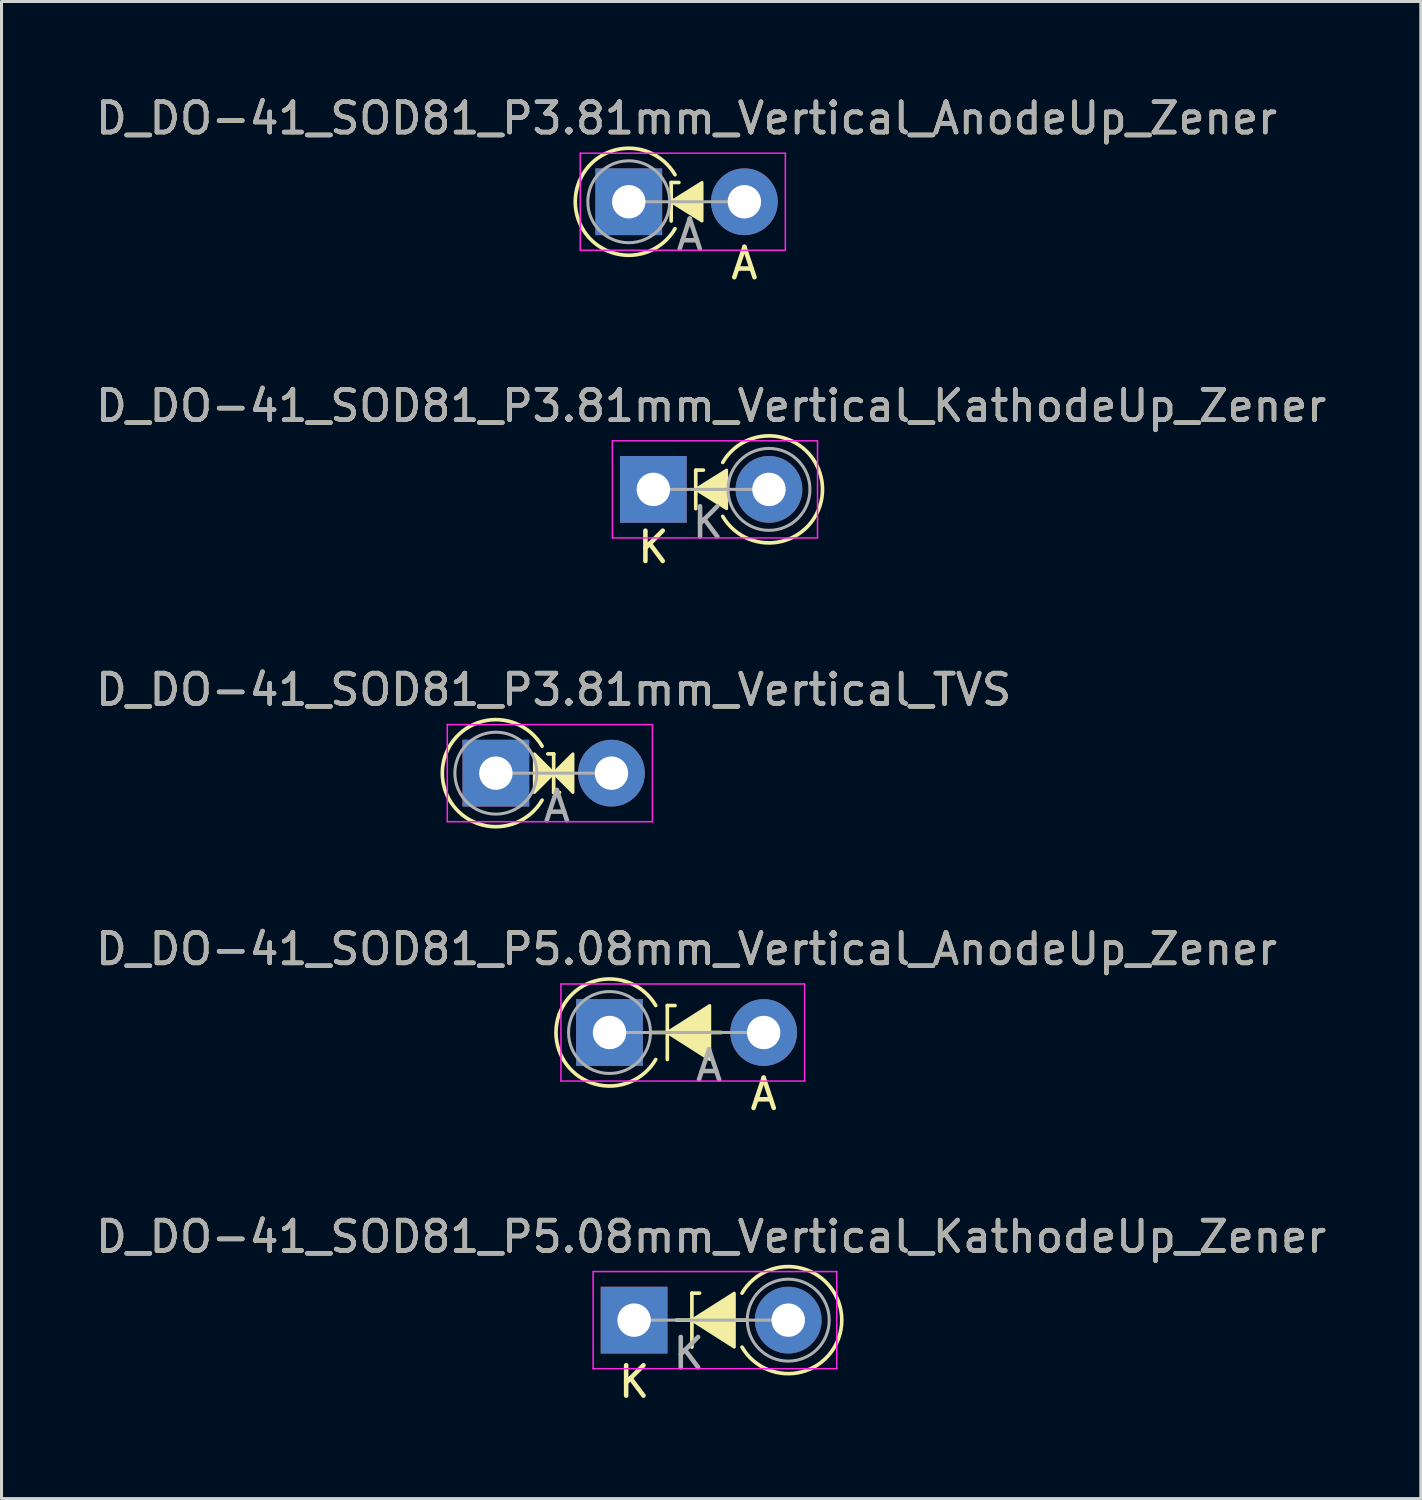
<source format=kicad_pcb>
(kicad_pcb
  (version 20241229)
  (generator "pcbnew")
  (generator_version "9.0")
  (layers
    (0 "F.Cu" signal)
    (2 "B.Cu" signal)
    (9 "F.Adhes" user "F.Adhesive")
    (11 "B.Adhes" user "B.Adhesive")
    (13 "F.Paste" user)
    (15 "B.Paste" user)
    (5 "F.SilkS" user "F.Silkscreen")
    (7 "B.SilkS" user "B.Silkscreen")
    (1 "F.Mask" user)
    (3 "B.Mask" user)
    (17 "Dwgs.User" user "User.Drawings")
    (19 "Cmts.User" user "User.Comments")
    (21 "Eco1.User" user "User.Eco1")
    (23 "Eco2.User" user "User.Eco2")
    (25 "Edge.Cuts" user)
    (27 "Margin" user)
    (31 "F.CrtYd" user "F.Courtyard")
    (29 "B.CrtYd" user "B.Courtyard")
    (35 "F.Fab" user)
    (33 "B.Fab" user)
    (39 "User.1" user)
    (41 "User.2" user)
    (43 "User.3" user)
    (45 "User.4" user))
  (footprint "D_DO-41_SOD81_P3.81mm_Vertical_AnodeUp_Zener"
    (layer "F.Cu")
    (at 17.672 3.599)
    (property "Reference" "D_DO-41_SOD81_P3.81mm_Vertical_AnodeUp_Zener" (at 1.905 -2.751 0) (layer "F.SilkS") (effects (font (size 1 1) (thickness 0.15))))
    (attr through_hole)
    (fp_line (start 1.397 -0.635) (end 1.397 0.635) (stroke (width 0.12) (type solid)) (layer "F.SilkS"))
    (fp_line (start 1.397 -0.635) (end 1.651 -0.635) (stroke (width 0.12) (type solid)) (layer "F.SilkS"))
    (fp_arc (start 1.523999 0.889) (mid -1.76434 0) (end 1.523999 -0.888999) (stroke (width 0.12) (type solid)) (layer "F.SilkS"))
    (fp_poly (pts (xy 2.413 0.635) (xy 1.397 0) (xy 2.413 -0.635)) (stroke (width 0.1) (type solid)) (fill yes) (layer "F.SilkS"))
    (fp_line (start -1.6 -1.6) (end -1.6 1.6) (stroke (width 0.05) (type solid)) (layer "F.CrtYd"))
    (fp_line (start -1.6 1.6) (end 5.16 1.6) (stroke (width 0.05) (type solid)) (layer "F.CrtYd"))
    (fp_line (start 5.16 -1.6) (end -1.6 -1.6) (stroke (width 0.05) (type solid)) (layer "F.CrtYd"))
    (fp_line (start 5.16 1.6) (end 5.16 -1.6) (stroke (width 0.05) (type solid)) (layer "F.CrtYd"))
    (fp_line (start 0 0) (end 3.81 0) (stroke (width 0.1) (type solid)) (layer "F.Fab"))
    (fp_circle (center 0 0) (end 1.35 0) (stroke (width 0.1) (type solid)) (fill no) (layer "F.Fab"))
    (fp_text user "A" (at 3.81 2.032 0) (layer "F.SilkS") (effects (font (size 1 1) (thickness 0.15))))
    (fp_text user "${REFERENCE}" (at 1.905 -2.751 0) (layer "F.Fab") (effects (font (size 1 1) (thickness 0.15))))
    (fp_text user "A" (at 2.01 1.1 0) (layer "F.Fab") (effects (font (size 1 1) (thickness 0.15))))
    (pad "1" thru_hole rect (at 0 0) (size 2.2 2.2) (drill 1.1) (layers "*.Cu" "*.Mask"))
    (pad "2" thru_hole oval (at 3.81 0) (size 2.2 2.2) (drill 1.1) (layers "*.Cu" "*.Mask")))
  (footprint "D_DO-41_SOD81_P5.08mm_Vertical_KathodeUp_Zener"
    (layer "F.Cu")
    (at 17.847 40.456)
    (property "Reference" "D_DO-41_SOD81_P5.08mm_Vertical_KathodeUp_Zener" (at 2.54 -2.751 0) (layer "F.SilkS") (effects (font (size 1 1) (thickness 0.15))))
    (attr through_hole)
    (fp_line (start 1.905 -0.889) (end 1.905 0.889) (stroke (width 0.12) (type solid)) (layer "F.SilkS"))
    (fp_line (start 1.905 -0.889) (end 2.159 -0.889) (stroke (width 0.12) (type solid)) (layer "F.SilkS"))
    (fp_line (start 3.683 0) (end 1.397 0) (stroke (width 0.12) (type solid)) (layer "F.SilkS"))
    (fp_arc (start 3.556 -0.888999) (mid 6.844339 0.000001) (end 3.556 0.889) (stroke (width 0.12) (type solid)) (layer "F.SilkS"))
    (fp_poly (pts (xy 3.302 0.889) (xy 1.905 0) (xy 3.302 -0.889)) (stroke (width 0.1) (type solid)) (fill yes) (layer "F.SilkS"))
    (fp_line (start -1.35 -1.6) (end -1.35 1.6) (stroke (width 0.05) (type solid)) (layer "F.CrtYd"))
    (fp_line (start -1.35 1.6) (end 6.68 1.6) (stroke (width 0.05) (type solid)) (layer "F.CrtYd"))
    (fp_line (start 6.68 -1.6) (end -1.35 -1.6) (stroke (width 0.05) (type solid)) (layer "F.CrtYd"))
    (fp_line (start 6.68 1.6) (end 6.68 -1.6) (stroke (width 0.05) (type solid)) (layer "F.CrtYd"))
    (fp_line (start 0 0) (end 5.08 0) (stroke (width 0.1) (type solid)) (layer "F.Fab"))
    (fp_circle (center 5.08 0) (end 6.43 0) (stroke (width 0.1) (type solid)) (fill no) (layer "F.Fab"))
    (fp_text user "K" (at 0 2.032 0) (layer "F.SilkS") (effects (font (size 1 1) (thickness 0.15))))
    (fp_text user "K" (at 1.8 1.1 0) (layer "F.Fab") (effects (font (size 1 1) (thickness 0.15))))
    (fp_text user "${REFERENCE}" (at 2.54 -2.751 0) (layer "F.Fab") (effects (font (size 1 1) (thickness 0.15))))
    (pad "1" thru_hole rect (at 0 0) (size 2.2 2.2) (drill 1.1) (layers "*.Cu" "*.Mask"))
    (pad "2" thru_hole oval (at 5.08 0) (size 2.2 2.2) (drill 1.1) (layers "*.Cu" "*.Mask")))
  (footprint "D_DO-41_SOD81_P3.81mm_Vertical_TVS"
    (layer "F.Cu")
    (at 13.291 22.43)
    (property "Reference" "D_DO-41_SOD81_P3.81mm_Vertical_TVS" (at 1.905 -2.751 0) (layer "F.SilkS") (effects (font (size 1 1) (thickness 0.15))))
    (attr through_hole)
    (fp_line (start 1.714 -0.635) (end 1.905 -0.635) (stroke (width 0.12) (type solid)) (layer "F.SilkS"))
    (fp_line (start 1.905 -0.635) (end 1.905 0.635) (stroke (width 0.12) (type solid)) (layer "F.SilkS"))
    (fp_line (start 1.905 0.635) (end 2.095 0.635) (stroke (width 0.12) (type solid)) (layer "F.SilkS"))
    (fp_arc (start 1.523999 0.889) (mid -1.76434 0) (end 1.523999 -0.888999) (stroke (width 0.12) (type solid)) (layer "F.SilkS"))
    (fp_poly (pts (xy 1.27 -0.635) (xy 1.905 0) (xy 1.27 0.635)) (stroke (width 0.1) (type solid)) (fill yes) (layer "F.SilkS"))
    (fp_poly (pts (xy 2.54 0.635) (xy 1.905 0) (xy 2.54 -0.635)) (stroke (width 0.1) (type solid)) (fill yes) (layer "F.SilkS"))
    (fp_line (start -1.6 -1.6) (end -1.6 1.6) (stroke (width 0.05) (type solid)) (layer "F.CrtYd"))
    (fp_line (start -1.6 1.6) (end 5.16 1.6) (stroke (width 0.05) (type solid)) (layer "F.CrtYd"))
    (fp_line (start 5.16 -1.6) (end -1.6 -1.6) (stroke (width 0.05) (type solid)) (layer "F.CrtYd"))
    (fp_line (start 5.16 1.6) (end 5.16 -1.6) (stroke (width 0.05) (type solid)) (layer "F.CrtYd"))
    (fp_line (start 0 0) (end 3.81 0) (stroke (width 0.1) (type solid)) (layer "F.Fab"))
    (fp_circle (center 0 0) (end 1.35 0) (stroke (width 0.1) (type solid)) (fill no) (layer "F.Fab"))
    (fp_text user "A" (at 2.01 1.1 0) (layer "F.Fab") (effects (font (size 1 1) (thickness 0.15))))
    (fp_text user "${REFERENCE}" (at 1.905 -2.751 0) (layer "F.Fab") (effects (font (size 1 1) (thickness 0.15))))
    (pad "1" thru_hole rect (at 0 0) (size 2.2 2.2) (drill 1.1) (layers "*.Cu" "*.Mask"))
    (pad "2" thru_hole oval (at 3.81 0) (size 2.2 2.2) (drill 1.1) (layers "*.Cu" "*.Mask")))
  (footprint "D_DO-41_SOD81_P3.81mm_Vertical_KathodeUp_Zener"
    (layer "F.Cu")
    (at 18.482 13.078)
    (property "Reference" "D_DO-41_SOD81_P3.81mm_Vertical_KathodeUp_Zener" (at 1.905 -2.751 0) (layer "F.SilkS") (effects (font (size 1 1) (thickness 0.15))))
    (attr through_hole)
    (fp_line (start 1.397 -0.635) (end 1.397 0.635) (stroke (width 0.12) (type solid)) (layer "F.SilkS"))
    (fp_line (start 1.397 -0.635) (end 1.651 -0.635) (stroke (width 0.12) (type solid)) (layer "F.SilkS"))
    (fp_arc (start 2.286 -0.888999) (mid 5.574339 0.000001) (end 2.286 0.889) (stroke (width 0.12) (type solid)) (layer "F.SilkS"))
    (fp_poly (pts (xy 2.413 0.635) (xy 1.397 0) (xy 2.413 -0.635)) (stroke (width 0.1) (type solid)) (fill yes) (layer "F.SilkS"))
    (fp_line (start -1.35 -1.6) (end -1.35 1.6) (stroke (width 0.05) (type solid)) (layer "F.CrtYd"))
    (fp_line (start -1.35 1.6) (end 5.41 1.6) (stroke (width 0.05) (type solid)) (layer "F.CrtYd"))
    (fp_line (start 5.41 -1.6) (end -1.35 -1.6) (stroke (width 0.05) (type solid)) (layer "F.CrtYd"))
    (fp_line (start 5.41 1.6) (end 5.41 -1.6) (stroke (width 0.05) (type solid)) (layer "F.CrtYd"))
    (fp_line (start 0 0) (end 3.81 0) (stroke (width 0.1) (type solid)) (layer "F.Fab"))
    (fp_circle (center 3.81 0) (end 5.16 0) (stroke (width 0.1) (type solid)) (fill no) (layer "F.Fab"))
    (fp_text user "K" (at 0 1.905 0) (layer "F.SilkS") (effects (font (size 1 1) (thickness 0.15))))
    (fp_text user "${REFERENCE}" (at 1.905 -2.751 0) (layer "F.Fab") (effects (font (size 1 1) (thickness 0.15))))
    (fp_text user "K" (at 1.8 1.1 0) (layer "F.Fab") (effects (font (size 1 1) (thickness 0.15))))
    (pad "1" thru_hole rect (at 0 0) (size 2.2 2.2) (drill 1.1) (layers "*.Cu" "*.Mask"))
    (pad "2" thru_hole oval (at 3.81 0) (size 2.2 2.2) (drill 1.1) (layers "*.Cu" "*.Mask")))
  (footprint "D_DO-41_SOD81_P5.08mm_Vertical_AnodeUp_Zener"
    (layer "F.Cu")
    (at 17.037 30.977)
    (property "Reference" "D_DO-41_SOD81_P5.08mm_Vertical_AnodeUp_Zener" (at 2.54 -2.751 0) (layer "F.SilkS") (effects (font (size 1 1) (thickness 0.15))))
    (attr through_hole)
    (fp_line (start 1.905 -0.889) (end 1.905 0.889) (stroke (width 0.12) (type solid)) (layer "F.SilkS"))
    (fp_line (start 1.905 -0.889) (end 2.159 -0.889) (stroke (width 0.12) (type solid)) (layer "F.SilkS"))
    (fp_line (start 3.683 0) (end 1.397 0) (stroke (width 0.12) (type solid)) (layer "F.SilkS"))
    (fp_arc (start 1.523999 0.889) (mid -1.76434 0) (end 1.523999 -0.888999) (stroke (width 0.12) (type solid)) (layer "F.SilkS"))
    (fp_poly (pts (xy 3.302 0.889) (xy 1.905 0) (xy 3.302 -0.889)) (stroke (width 0.1) (type solid)) (fill yes) (layer "F.SilkS"))
    (fp_line (start -1.6 -1.6) (end -1.6 1.6) (stroke (width 0.05) (type solid)) (layer "F.CrtYd"))
    (fp_line (start -1.6 1.6) (end 6.43 1.6) (stroke (width 0.05) (type solid)) (layer "F.CrtYd"))
    (fp_line (start 6.43 -1.6) (end -1.6 -1.6) (stroke (width 0.05) (type solid)) (layer "F.CrtYd"))
    (fp_line (start 6.43 1.6) (end 6.43 -1.6) (stroke (width 0.05) (type solid)) (layer "F.CrtYd"))
    (fp_line (start 0 0) (end 5.08 0) (stroke (width 0.1) (type solid)) (layer "F.Fab"))
    (fp_circle (center 0 0) (end 1.35 0) (stroke (width 0.1) (type solid)) (fill no) (layer "F.Fab"))
    (fp_text user "A" (at 5.08 2.032 0) (layer "F.SilkS") (effects (font (size 1 1) (thickness 0.15))))
    (fp_text user "${REFERENCE}" (at 2.54 -2.751 0) (layer "F.Fab") (effects (font (size 1 1) (thickness 0.15))))
    (fp_text user "A" (at 3.28 1.1 0) (layer "F.Fab") (effects (font (size 1 1) (thickness 0.15))))
    (pad "1" thru_hole rect (at 0 0) (size 2.2 2.2) (drill 1.1) (layers "*.Cu" "*.Mask"))
    (pad "2" thru_hole oval (at 5.08 0) (size 2.2 2.2) (drill 1.1) (layers "*.Cu" "*.Mask")))
  (gr_rect
    (start -3 -3)
    (end 43.774 46.337)
    (stroke (width 0.1) (type default))
    (fill no)
    (layer "Edge.Cuts")))
</source>
